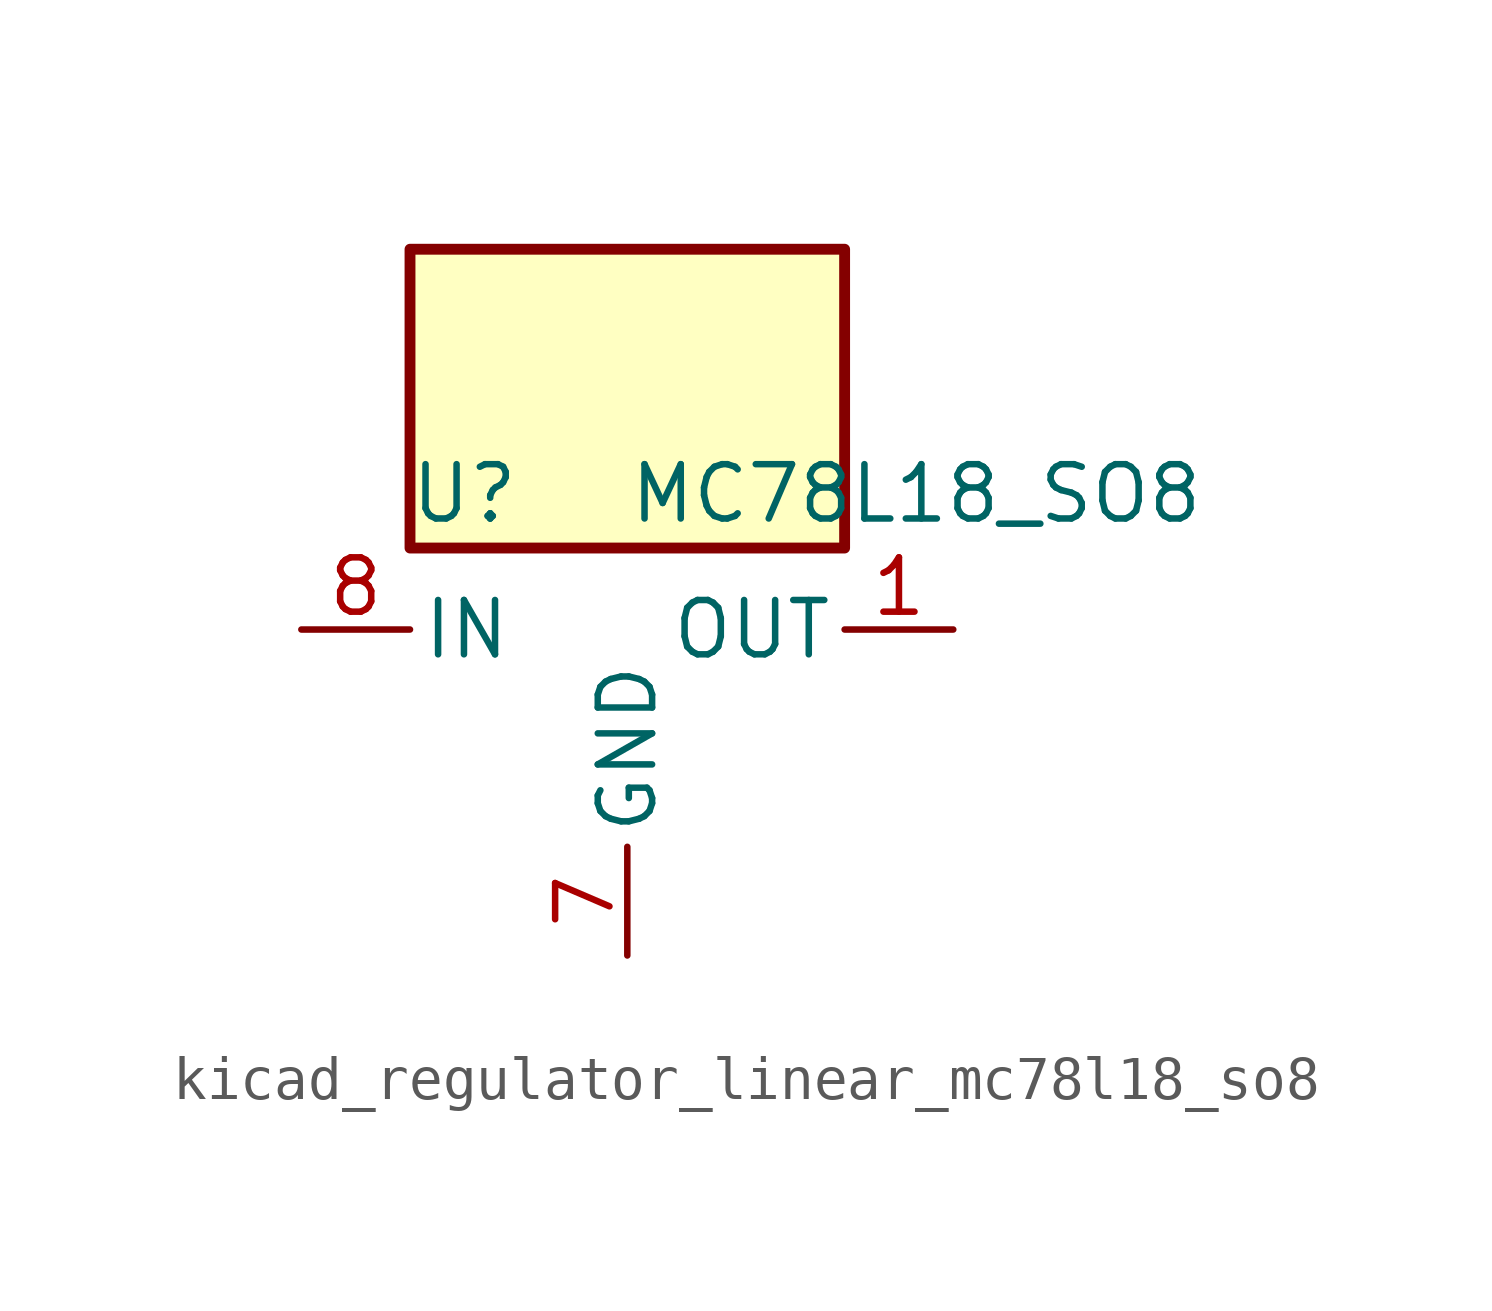
<source format=kicad_sym>
(kicad_symbol_lib
  (version 20220914)
  (generator kicad_symbol_editor)
  (symbol "kicad_regulator_linear_mc78l18_so8"
    (pin_names
      (offset 0.254))
    (property "Reference" "U"
      (at -3.81 3.175 0)
      (effects (font (size 1.27 1.27))))
    (property "Value" "MC78L18_SO8"
      (at 0 3.175 0)
      (effects (font (size 1.27 1.27)) (justify left)))
    (symbol "kicad_regulator_linear_mc78l18_so8_0_1"
      (rectangle (start 5.08 8.89) (end -5.08 1.905) (stroke (width 0.254) (type default)) (fill (type background))))
    (symbol "kicad_regulator_linear_mc78l18_so8_1_1"
      (pin power_out line (at 7.62 0 180) (length 2.54) (name "OUT" (effects (font (size 1.27 1.27)))) (number "1" (effects (font (size 1.27 1.27)))))
      (pin passive line (at 0 -7.62 90) (length 2.54) hide (name "GND" (effects (font (size 1.27 1.27)))) (number "2" (effects (font (size 1.27 1.27)))))
      (pin passive line (at 0 -7.62 90) (length 2.54) hide (name "GND" (effects (font (size 1.27 1.27)))) (number "3" (effects (font (size 1.27 1.27)))))
      (pin no_connect line (at -5.08 -2.54 0) (length 2.54) hide (name "NC" (effects (font (size 1.27 1.27)))) (number "4" (effects (font (size 1.27 1.27)))))
      (pin no_connect line (at 5.08 -2.54 180) (length 2.54) hide (name "NC" (effects (font (size 1.27 1.27)))) (number "5" (effects (font (size 1.27 1.27)))))
      (pin passive line (at 0 -7.62 90) (length 2.54) hide (name "GND" (effects (font (size 1.27 1.27)))) (number "6" (effects (font (size 1.27 1.27)))))
      (pin power_in line (at 0 -7.62 90) (length 2.54) (name "GND" (effects (font (size 1.27 1.27)))) (number "7" (effects (font (size 1.27 1.27)))))
      (pin power_in line (at -7.62 0 0) (length 2.54) (name "IN" (effects (font (size 1.27 1.27)))) (number "8" (effects (font (size 1.27 1.27))))))))
</source>
